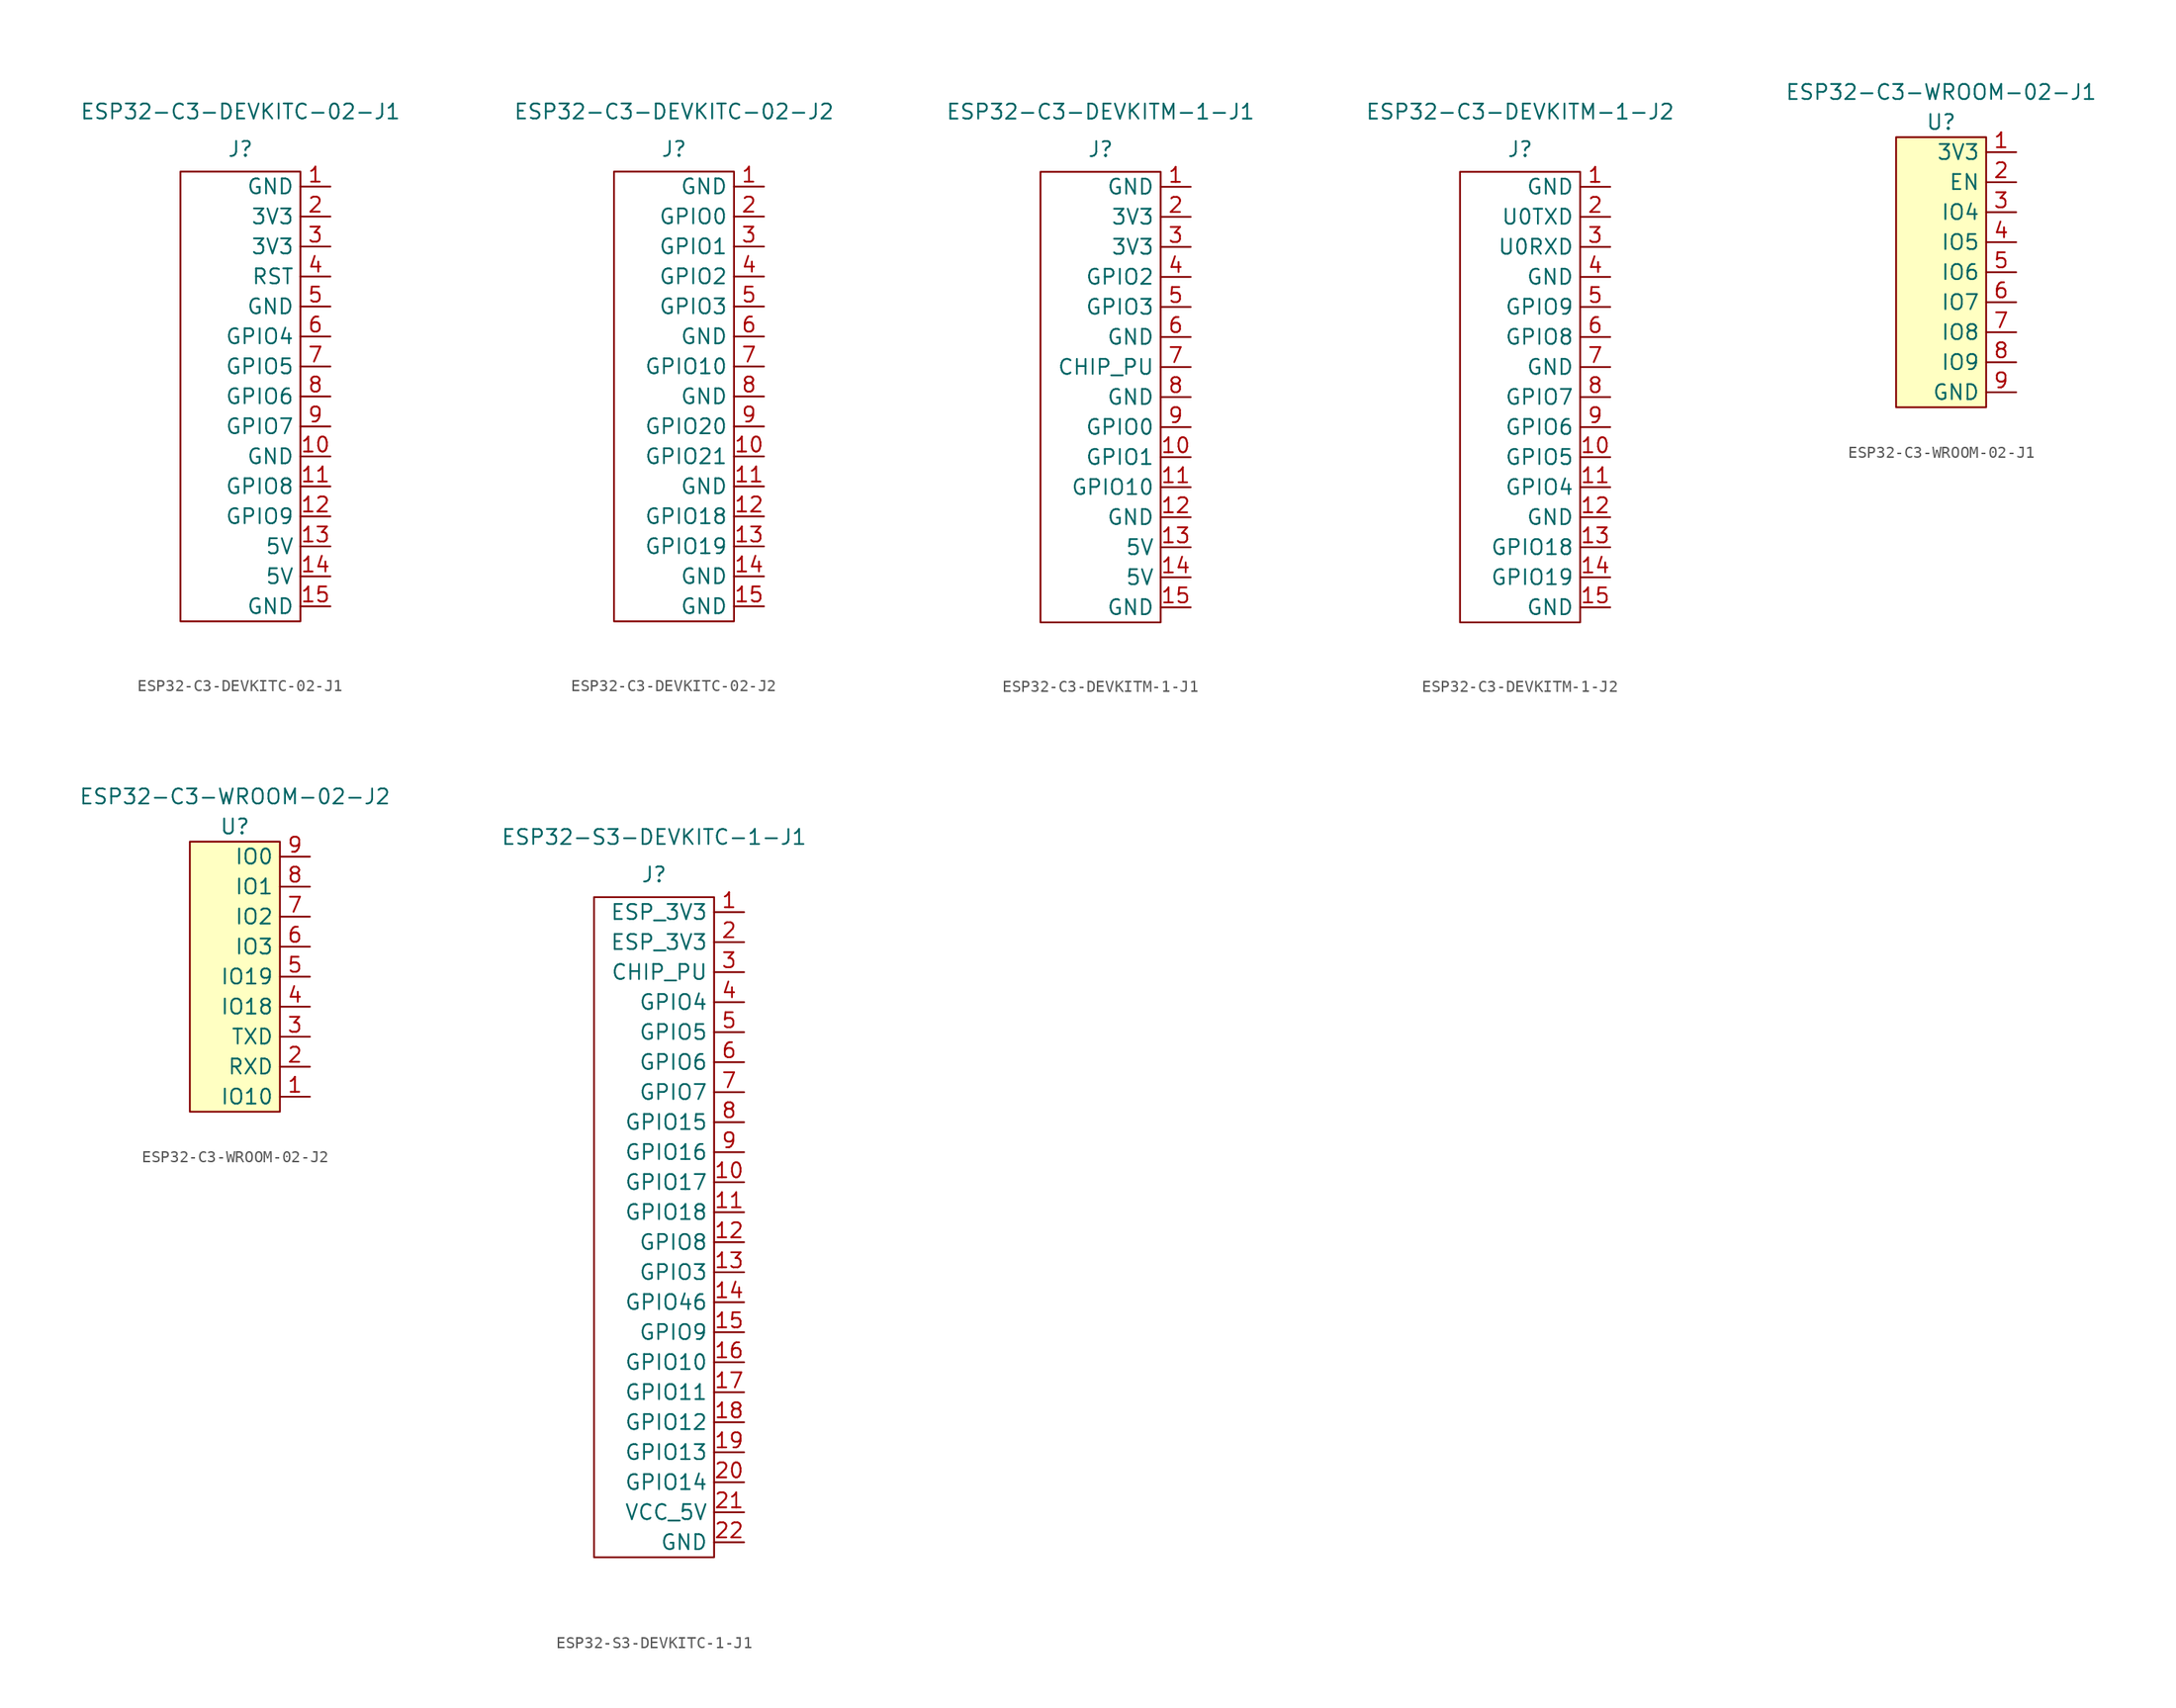
<source format=kicad_sym>
(kicad_symbol_lib
  (version 20211014)
  (generator kicad_symbol_editor)
  (symbol "ESP32-C3-DEVKITC-02-J1"
    (property "Reference" "J"
      (at 0 1.905 0)
      (effects (font (size 1.27 1.27))))
    (property "Value" "ESP32-C3-DEVKITC-02-J1"
      (at 0 5.08 0)
      (effects (font (size 1.27 1.27))))
    (symbol "ESP32-C3-DEVKITC-02-J1_0_1"
      (rectangle (start -5.08 0) (end 5.08 -38.1) (stroke (width 0.152) (type default) (color 0 0 0 0)) (fill (type none))))
    (symbol "ESP32-C3-DEVKITC-02-J1_1_1"
      (pin power_in line (at 7.62 -1.27 180) (length 2.54) (name "GND" (effects (font (size 1.27 1.27)))) (number "1" (effects (font (size 1.27 1.27)))))
      (pin power_in line (at 7.62 -24.13 180) (length 2.54) (name "GND" (effects (font (size 1.27 1.27)))) (number "10" (effects (font (size 1.27 1.27)))))
      (pin bidirectional line (at 7.62 -26.67 180) (length 2.54) (name "GPIO8" (effects (font (size 1.27 1.27)))) (number "11" (effects (font (size 1.27 1.27)))))
      (pin bidirectional line (at 7.62 -29.21 180) (length 2.54) (name "GPIO9" (effects (font (size 1.27 1.27)))) (number "12" (effects (font (size 1.27 1.27)))))
      (pin power_in line (at 7.62 -31.75 180) (length 2.54) (name "5V" (effects (font (size 1.27 1.27)))) (number "13" (effects (font (size 1.27 1.27)))))
      (pin power_in line (at 7.62 -34.29 180) (length 2.54) (name "5V" (effects (font (size 1.27 1.27)))) (number "14" (effects (font (size 1.27 1.27)))))
      (pin power_in line (at 7.62 -36.83 180) (length 2.54) (name "GND" (effects (font (size 1.27 1.27)))) (number "15" (effects (font (size 1.27 1.27)))))
      (pin power_in line (at 7.62 -3.81 180) (length 2.54) (name "3V3" (effects (font (size 1.27 1.27)))) (number "2" (effects (font (size 1.27 1.27)))))
      (pin power_in line (at 7.62 -6.35 180) (length 2.54) (name "3V3" (effects (font (size 1.27 1.27)))) (number "3" (effects (font (size 1.27 1.27)))))
      (pin output line (at 7.62 -8.89 180) (length 2.54) (name "RST" (effects (font (size 1.27 1.27)))) (number "4" (effects (font (size 1.27 1.27)))))
      (pin power_in line (at 7.62 -11.43 180) (length 2.54) (name "GND" (effects (font (size 1.27 1.27)))) (number "5" (effects (font (size 1.27 1.27)))))
      (pin bidirectional line (at 7.62 -13.97 180) (length 2.54) (name "GPIO4" (effects (font (size 1.27 1.27)))) (number "6" (effects (font (size 1.27 1.27)))))
      (pin bidirectional line (at 7.62 -16.51 180) (length 2.54) (name "GPIO5" (effects (font (size 1.27 1.27)))) (number "7" (effects (font (size 1.27 1.27)))))
      (pin bidirectional line (at 7.62 -19.05 180) (length 2.54) (name "GPIO6" (effects (font (size 1.27 1.27)))) (number "8" (effects (font (size 1.27 1.27)))))
      (pin bidirectional line (at 7.62 -21.59 180) (length 2.54) (name "GPIO7" (effects (font (size 1.27 1.27)))) (number "9" (effects (font (size 1.27 1.27)))))))
  (symbol "ESP32-C3-DEVKITC-02-J2"
    (property "Reference" "J"
      (at 0 1.905 0)
      (effects (font (size 1.27 1.27))))
    (property "Value" "ESP32-C3-DEVKITC-02-J2"
      (at 0 5.08 0)
      (effects (font (size 1.27 1.27))))
    (symbol "ESP32-C3-DEVKITC-02-J2_0_1"
      (rectangle (start -5.08 0) (end 5.08 -38.1) (stroke (width 0.152) (type default) (color 0 0 0 0)) (fill (type none))))
    (symbol "ESP32-C3-DEVKITC-02-J2_1_1"
      (pin power_in line (at 7.62 -1.27 180) (length 2.54) (name "GND" (effects (font (size 1.27 1.27)))) (number "1" (effects (font (size 1.27 1.27)))))
      (pin bidirectional line (at 7.62 -24.13 180) (length 2.54) (name "GPIO21" (effects (font (size 1.27 1.27)))) (number "10" (effects (font (size 1.27 1.27)))))
      (pin power_in line (at 7.62 -26.67 180) (length 2.54) (name "GND" (effects (font (size 1.27 1.27)))) (number "11" (effects (font (size 1.27 1.27)))))
      (pin bidirectional line (at 7.62 -29.21 180) (length 2.54) (name "GPIO18" (effects (font (size 1.27 1.27)))) (number "12" (effects (font (size 1.27 1.27)))))
      (pin bidirectional line (at 7.62 -31.75 180) (length 2.54) (name "GPIO19" (effects (font (size 1.27 1.27)))) (number "13" (effects (font (size 1.27 1.27)))))
      (pin power_in line (at 7.62 -34.29 180) (length 2.54) (name "GND" (effects (font (size 1.27 1.27)))) (number "14" (effects (font (size 1.27 1.27)))))
      (pin power_in line (at 7.62 -36.83 180) (length 2.54) (name "GND" (effects (font (size 1.27 1.27)))) (number "15" (effects (font (size 1.27 1.27)))))
      (pin bidirectional line (at 7.62 -3.81 180) (length 2.54) (name "GPIO0" (effects (font (size 1.27 1.27)))) (number "2" (effects (font (size 1.27 1.27)))))
      (pin bidirectional line (at 7.62 -6.35 180) (length 2.54) (name "GPIO1" (effects (font (size 1.27 1.27)))) (number "3" (effects (font (size 1.27 1.27)))))
      (pin bidirectional line (at 7.62 -8.89 180) (length 2.54) (name "GPIO2" (effects (font (size 1.27 1.27)))) (number "4" (effects (font (size 1.27 1.27)))))
      (pin bidirectional line (at 7.62 -11.43 180) (length 2.54) (name "GPIO3" (effects (font (size 1.27 1.27)))) (number "5" (effects (font (size 1.27 1.27)))))
      (pin power_in line (at 7.62 -13.97 180) (length 2.54) (name "GND" (effects (font (size 1.27 1.27)))) (number "6" (effects (font (size 1.27 1.27)))))
      (pin bidirectional line (at 7.62 -16.51 180) (length 2.54) (name "GPIO10" (effects (font (size 1.27 1.27)))) (number "7" (effects (font (size 1.27 1.27)))))
      (pin power_in line (at 7.62 -19.05 180) (length 2.54) (name "GND" (effects (font (size 1.27 1.27)))) (number "8" (effects (font (size 1.27 1.27)))))
      (pin bidirectional line (at 7.62 -21.59 180) (length 2.54) (name "GPIO20" (effects (font (size 1.27 1.27)))) (number "9" (effects (font (size 1.27 1.27)))))))
  (symbol "ESP32-C3-DEVKITM-1-J1"
    (property "Reference" "J"
      (at 0 1.905 0)
      (effects (font (size 1.27 1.27))))
    (property "Value" "ESP32-C3-DEVKITM-1-J1"
      (at 0 5.08 0)
      (effects (font (size 1.27 1.27))))
    (symbol "ESP32-C3-DEVKITM-1-J1_0_1"
      (rectangle (start -5.08 0) (end 5.08 -38.1) (stroke (width 0.152) (type default) (color 0 0 0 0)) (fill (type none))))
    (symbol "ESP32-C3-DEVKITM-1-J1_1_1"
      (pin power_out line (at 7.62 -1.27 180) (length 2.54) (name "GND" (effects (font (size 1.27 1.27)))) (number "1" (effects (font (size 1.27 1.27)))))
      (pin bidirectional line (at 7.62 -24.13 180) (length 2.54) (name "GPIO1" (effects (font (size 1.27 1.27)))) (number "10" (effects (font (size 1.27 1.27)))))
      (pin bidirectional line (at 7.62 -26.67 180) (length 2.54) (name "GPIO10" (effects (font (size 1.27 1.27)))) (number "11" (effects (font (size 1.27 1.27)))))
      (pin power_out line (at 7.62 -29.21 180) (length 2.54) (name "GND" (effects (font (size 1.27 1.27)))) (number "12" (effects (font (size 1.27 1.27)))))
      (pin power_out line (at 7.62 -31.75 180) (length 2.54) (name "5V" (effects (font (size 1.27 1.27)))) (number "13" (effects (font (size 1.27 1.27)))))
      (pin power_out line (at 7.62 -34.29 180) (length 2.54) (name "5V" (effects (font (size 1.27 1.27)))) (number "14" (effects (font (size 1.27 1.27)))))
      (pin power_out line (at 7.62 -36.83 180) (length 2.54) (name "GND" (effects (font (size 1.27 1.27)))) (number "15" (effects (font (size 1.27 1.27)))))
      (pin power_out line (at 7.62 -3.81 180) (length 2.54) (name "3V3" (effects (font (size 1.27 1.27)))) (number "2" (effects (font (size 1.27 1.27)))))
      (pin power_out line (at 7.62 -6.35 180) (length 2.54) (name "3V3" (effects (font (size 1.27 1.27)))) (number "3" (effects (font (size 1.27 1.27)))))
      (pin bidirectional line (at 7.62 -8.89 180) (length 2.54) (name "GPIO2" (effects (font (size 1.27 1.27)))) (number "4" (effects (font (size 1.27 1.27)))))
      (pin bidirectional line (at 7.62 -11.43 180) (length 2.54) (name "GPIO3" (effects (font (size 1.27 1.27)))) (number "5" (effects (font (size 1.27 1.27)))))
      (pin power_out line (at 7.62 -13.97 180) (length 2.54) (name "GND" (effects (font (size 1.27 1.27)))) (number "6" (effects (font (size 1.27 1.27)))))
      (pin bidirectional line (at 7.62 -16.51 180) (length 2.54) (name "CHIP_PU" (effects (font (size 1.27 1.27)))) (number "7" (effects (font (size 1.27 1.27)))))
      (pin power_out line (at 7.62 -19.05 180) (length 2.54) (name "GND" (effects (font (size 1.27 1.27)))) (number "8" (effects (font (size 1.27 1.27)))))
      (pin bidirectional line (at 7.62 -21.59 180) (length 2.54) (name "GPIO0" (effects (font (size 1.27 1.27)))) (number "9" (effects (font (size 1.27 1.27)))))))
  (symbol "ESP32-C3-DEVKITM-1-J2"
    (property "Reference" "J"
      (at 0 1.905 0)
      (effects (font (size 1.27 1.27))))
    (property "Value" "ESP32-C3-DEVKITM-1-J2"
      (at 0 5.08 0)
      (effects (font (size 1.27 1.27))))
    (symbol "ESP32-C3-DEVKITM-1-J2_0_1"
      (rectangle (start -5.08 0) (end 5.08 -38.1) (stroke (width 0.152) (type default) (color 0 0 0 0)) (fill (type none))))
    (symbol "ESP32-C3-DEVKITM-1-J2_1_1"
      (pin power_out line (at 7.62 -1.27 180) (length 2.54) (name "GND" (effects (font (size 1.27 1.27)))) (number "1" (effects (font (size 1.27 1.27)))))
      (pin bidirectional line (at 7.62 -24.13 180) (length 2.54) (name "GPIO5" (effects (font (size 1.27 1.27)))) (number "10" (effects (font (size 1.27 1.27)))))
      (pin bidirectional line (at 7.62 -26.67 180) (length 2.54) (name "GPIO4" (effects (font (size 1.27 1.27)))) (number "11" (effects (font (size 1.27 1.27)))))
      (pin power_out line (at 7.62 -29.21 180) (length 2.54) (name "GND" (effects (font (size 1.27 1.27)))) (number "12" (effects (font (size 1.27 1.27)))))
      (pin bidirectional line (at 7.62 -31.75 180) (length 2.54) (name "GPIO18" (effects (font (size 1.27 1.27)))) (number "13" (effects (font (size 1.27 1.27)))))
      (pin bidirectional line (at 7.62 -34.29 180) (length 2.54) (name "GPIO19" (effects (font (size 1.27 1.27)))) (number "14" (effects (font (size 1.27 1.27)))))
      (pin power_out line (at 7.62 -36.83 180) (length 2.54) (name "GND" (effects (font (size 1.27 1.27)))) (number "15" (effects (font (size 1.27 1.27)))))
      (pin output line (at 7.62 -3.81 180) (length 2.54) (name "U0TXD" (effects (font (size 1.27 1.27)))) (number "2" (effects (font (size 1.27 1.27)))))
      (pin input line (at 7.62 -6.35 180) (length 2.54) (name "U0RXD" (effects (font (size 1.27 1.27)))) (number "3" (effects (font (size 1.27 1.27)))))
      (pin power_out line (at 7.62 -8.89 180) (length 2.54) (name "GND" (effects (font (size 1.27 1.27)))) (number "4" (effects (font (size 1.27 1.27)))))
      (pin bidirectional line (at 7.62 -11.43 180) (length 2.54) (name "GPIO9" (effects (font (size 1.27 1.27)))) (number "5" (effects (font (size 1.27 1.27)))))
      (pin bidirectional line (at 7.62 -13.97 180) (length 2.54) (name "GPIO8" (effects (font (size 1.27 1.27)))) (number "6" (effects (font (size 1.27 1.27)))))
      (pin power_out line (at 7.62 -16.51 180) (length 2.54) (name "GND" (effects (font (size 1.27 1.27)))) (number "7" (effects (font (size 1.27 1.27)))))
      (pin bidirectional line (at 7.62 -19.05 180) (length 2.54) (name "GPIO7" (effects (font (size 1.27 1.27)))) (number "8" (effects (font (size 1.27 1.27)))))
      (pin bidirectional line (at 7.62 -21.59 180) (length 2.54) (name "GPIO6" (effects (font (size 1.27 1.27)))) (number "9" (effects (font (size 1.27 1.27)))))))
  (symbol "ESP32-C3-WROOM-02-J1"
    (property "Reference" "U"
      (at 0 11.43 0)
      (effects (font (size 1.27 1.27))))
    (property "Value" "ESP32-C3-WROOM-02-J1"
      (at 0 13.97 0)
      (effects (font (size 1.27 1.27))))
    (symbol "ESP32-C3-WROOM-02-J1_0_1"
      (rectangle (start -3.81 10.16) (end 3.81 -12.7) (stroke (width 0.152) (type default) (color 0 0 0 0)) (fill (type background))))
    (symbol "ESP32-C3-WROOM-02-J1_1_1"
      (pin bidirectional line (at 6.35 8.89 180) (length 2.54) (name "3V3" (effects (font (size 1.27 1.27)))) (number "1" (effects (font (size 1.27 1.27)))))
      (pin bidirectional line (at 6.35 6.35 180) (length 2.54) (name "EN" (effects (font (size 1.27 1.27)))) (number "2" (effects (font (size 1.27 1.27)))))
      (pin bidirectional line (at 6.35 3.81 180) (length 2.54) (name "IO4" (effects (font (size 1.27 1.27)))) (number "3" (effects (font (size 1.27 1.27)))))
      (pin bidirectional line (at 6.35 1.27 180) (length 2.54) (name "IO5" (effects (font (size 1.27 1.27)))) (number "4" (effects (font (size 1.27 1.27)))))
      (pin bidirectional line (at 6.35 -1.27 180) (length 2.54) (name "IO6" (effects (font (size 1.27 1.27)))) (number "5" (effects (font (size 1.27 1.27)))))
      (pin bidirectional line (at 6.35 -3.81 180) (length 2.54) (name "IO7" (effects (font (size 1.27 1.27)))) (number "6" (effects (font (size 1.27 1.27)))))
      (pin bidirectional line (at 6.35 -6.35 180) (length 2.54) (name "IO8" (effects (font (size 1.27 1.27)))) (number "7" (effects (font (size 1.27 1.27)))))
      (pin bidirectional line (at 6.35 -8.89 180) (length 2.54) (name "IO9" (effects (font (size 1.27 1.27)))) (number "8" (effects (font (size 1.27 1.27)))))
      (pin bidirectional line (at 6.35 -11.43 180) (length 2.54) (name "GND" (effects (font (size 1.27 1.27)))) (number "9" (effects (font (size 1.27 1.27)))))))
  (symbol "ESP32-C3-WROOM-02-J2"
    (property "Reference" "U"
      (at 0 11.43 0)
      (effects (font (size 1.27 1.27))))
    (property "Value" "ESP32-C3-WROOM-02-J2"
      (at 0 13.97 0)
      (effects (font (size 1.27 1.27))))
    (symbol "ESP32-C3-WROOM-02-J2_0_1"
      (rectangle (start -3.81 10.16) (end 3.81 -12.7) (stroke (width 0.152) (type default) (color 0 0 0 0)) (fill (type background))))
    (symbol "ESP32-C3-WROOM-02-J2_1_1"
      (pin bidirectional line (at 6.35 -11.43 180) (length 2.54) (name "IO10" (effects (font (size 1.27 1.27)))) (number "1" (effects (font (size 1.27 1.27)))))
      (pin bidirectional line (at 6.35 -8.89 180) (length 2.54) (name "RXD" (effects (font (size 1.27 1.27)))) (number "2" (effects (font (size 1.27 1.27)))))
      (pin bidirectional line (at 6.35 -6.35 180) (length 2.54) (name "TXD" (effects (font (size 1.27 1.27)))) (number "3" (effects (font (size 1.27 1.27)))))
      (pin bidirectional line (at 6.35 -3.81 180) (length 2.54) (name "IO18" (effects (font (size 1.27 1.27)))) (number "4" (effects (font (size 1.27 1.27)))))
      (pin bidirectional line (at 6.35 -1.27 180) (length 2.54) (name "IO19" (effects (font (size 1.27 1.27)))) (number "5" (effects (font (size 1.27 1.27)))))
      (pin bidirectional line (at 6.35 1.27 180) (length 2.54) (name "IO3" (effects (font (size 1.27 1.27)))) (number "6" (effects (font (size 1.27 1.27)))))
      (pin bidirectional line (at 6.35 3.81 180) (length 2.54) (name "IO2" (effects (font (size 1.27 1.27)))) (number "7" (effects (font (size 1.27 1.27)))))
      (pin bidirectional line (at 6.35 6.35 180) (length 2.54) (name "IO1" (effects (font (size 1.27 1.27)))) (number "8" (effects (font (size 1.27 1.27)))))
      (pin bidirectional line (at 6.35 8.89 180) (length 2.54) (name "IO0" (effects (font (size 1.27 1.27)))) (number "9" (effects (font (size 1.27 1.27)))))))
  (symbol "ESP32-S3-DEVKITC-1-J1"
    (property "Reference" "J"
      (at 0 1.905 0)
      (effects (font (size 1.27 1.27))))
    (property "Value" "ESP32-S3-DEVKITC-1-J1"
      (at 0 5.08 0)
      (effects (font (size 1.27 1.27))))
    (symbol "ESP32-S3-DEVKITC-1-J1_0_1"
      (rectangle (start -5.08 0) (end 5.08 -55.88) (stroke (width 0.152) (type default) (color 0 0 0 0)) (fill (type none))))
    (symbol "ESP32-S3-DEVKITC-1-J1_1_1"
      (pin power_out line (at 7.62 -1.27 180) (length 2.54) (name "ESP_3V3" (effects (font (size 1.27 1.27)))) (number "1" (effects (font (size 1.27 1.27)))))
      (pin bidirectional line (at 7.62 -24.13 180) (length 2.54) (name "GPIO17" (effects (font (size 1.27 1.27)))) (number "10" (effects (font (size 1.27 1.27)))))
      (pin bidirectional line (at 7.62 -26.67 180) (length 2.54) (name "GPIO18" (effects (font (size 1.27 1.27)))) (number "11" (effects (font (size 1.27 1.27)))))
      (pin bidirectional line (at 7.62 -29.21 180) (length 2.54) (name "GPIO8" (effects (font (size 1.27 1.27)))) (number "12" (effects (font (size 1.27 1.27)))))
      (pin bidirectional line (at 7.62 -31.75 180) (length 2.54) (name "GPIO3" (effects (font (size 1.27 1.27)))) (number "13" (effects (font (size 1.27 1.27)))))
      (pin bidirectional line (at 7.62 -34.29 180) (length 2.54) (name "GPIO46" (effects (font (size 1.27 1.27)))) (number "14" (effects (font (size 1.27 1.27)))))
      (pin bidirectional line (at 7.62 -36.83 180) (length 2.54) (name "GPIO9" (effects (font (size 1.27 1.27)))) (number "15" (effects (font (size 1.27 1.27)))))
      (pin bidirectional line (at 7.62 -39.37 180) (length 2.54) (name "GPIO10" (effects (font (size 1.27 1.27)))) (number "16" (effects (font (size 1.27 1.27)))))
      (pin bidirectional line (at 7.62 -41.91 180) (length 2.54) (name "GPIO11" (effects (font (size 1.27 1.27)))) (number "17" (effects (font (size 1.27 1.27)))))
      (pin bidirectional line (at 7.62 -44.45 180) (length 2.54) (name "GPIO12" (effects (font (size 1.27 1.27)))) (number "18" (effects (font (size 1.27 1.27)))))
      (pin bidirectional line (at 7.62 -46.99 180) (length 2.54) (name "GPIO13" (effects (font (size 1.27 1.27)))) (number "19" (effects (font (size 1.27 1.27)))))
      (pin power_out line (at 7.62 -3.81 180) (length 2.54) (name "ESP_3V3" (effects (font (size 1.27 1.27)))) (number "2" (effects (font (size 1.27 1.27)))))
      (pin bidirectional line (at 7.62 -49.53 180) (length 2.54) (name "GPIO14" (effects (font (size 1.27 1.27)))) (number "20" (effects (font (size 1.27 1.27)))))
      (pin power_out line (at 7.62 -52.07 180) (length 2.54) (name "VCC_5V" (effects (font (size 1.27 1.27)))) (number "21" (effects (font (size 1.27 1.27)))))
      (pin power_out line (at 7.62 -54.61 180) (length 2.54) (name "GND" (effects (font (size 1.27 1.27)))) (number "22" (effects (font (size 1.27 1.27)))))
      (pin input line (at 7.62 -6.35 180) (length 2.54) (name "CHIP_PU" (effects (font (size 1.27 1.27)))) (number "3" (effects (font (size 1.27 1.27)))))
      (pin bidirectional line (at 7.62 -8.89 180) (length 2.54) (name "GPIO4" (effects (font (size 1.27 1.27)))) (number "4" (effects (font (size 1.27 1.27)))))
      (pin bidirectional line (at 7.62 -11.43 180) (length 2.54) (name "GPIO5" (effects (font (size 1.27 1.27)))) (number "5" (effects (font (size 1.27 1.27)))))
      (pin bidirectional line (at 7.62 -13.97 180) (length 2.54) (name "GPIO6" (effects (font (size 1.27 1.27)))) (number "6" (effects (font (size 1.27 1.27)))))
      (pin bidirectional line (at 7.62 -16.51 180) (length 2.54) (name "GPIO7" (effects (font (size 1.27 1.27)))) (number "7" (effects (font (size 1.27 1.27)))))
      (pin bidirectional line (at 7.62 -19.05 180) (length 2.54) (name "GPIO15" (effects (font (size 1.27 1.27)))) (number "8" (effects (font (size 1.27 1.27)))))
      (pin bidirectional line (at 7.62 -21.59 180) (length 2.54) (name "GPIO16" (effects (font (size 1.27 1.27)))) (number "9" (effects (font (size 1.27 1.27))))))))
</source>
